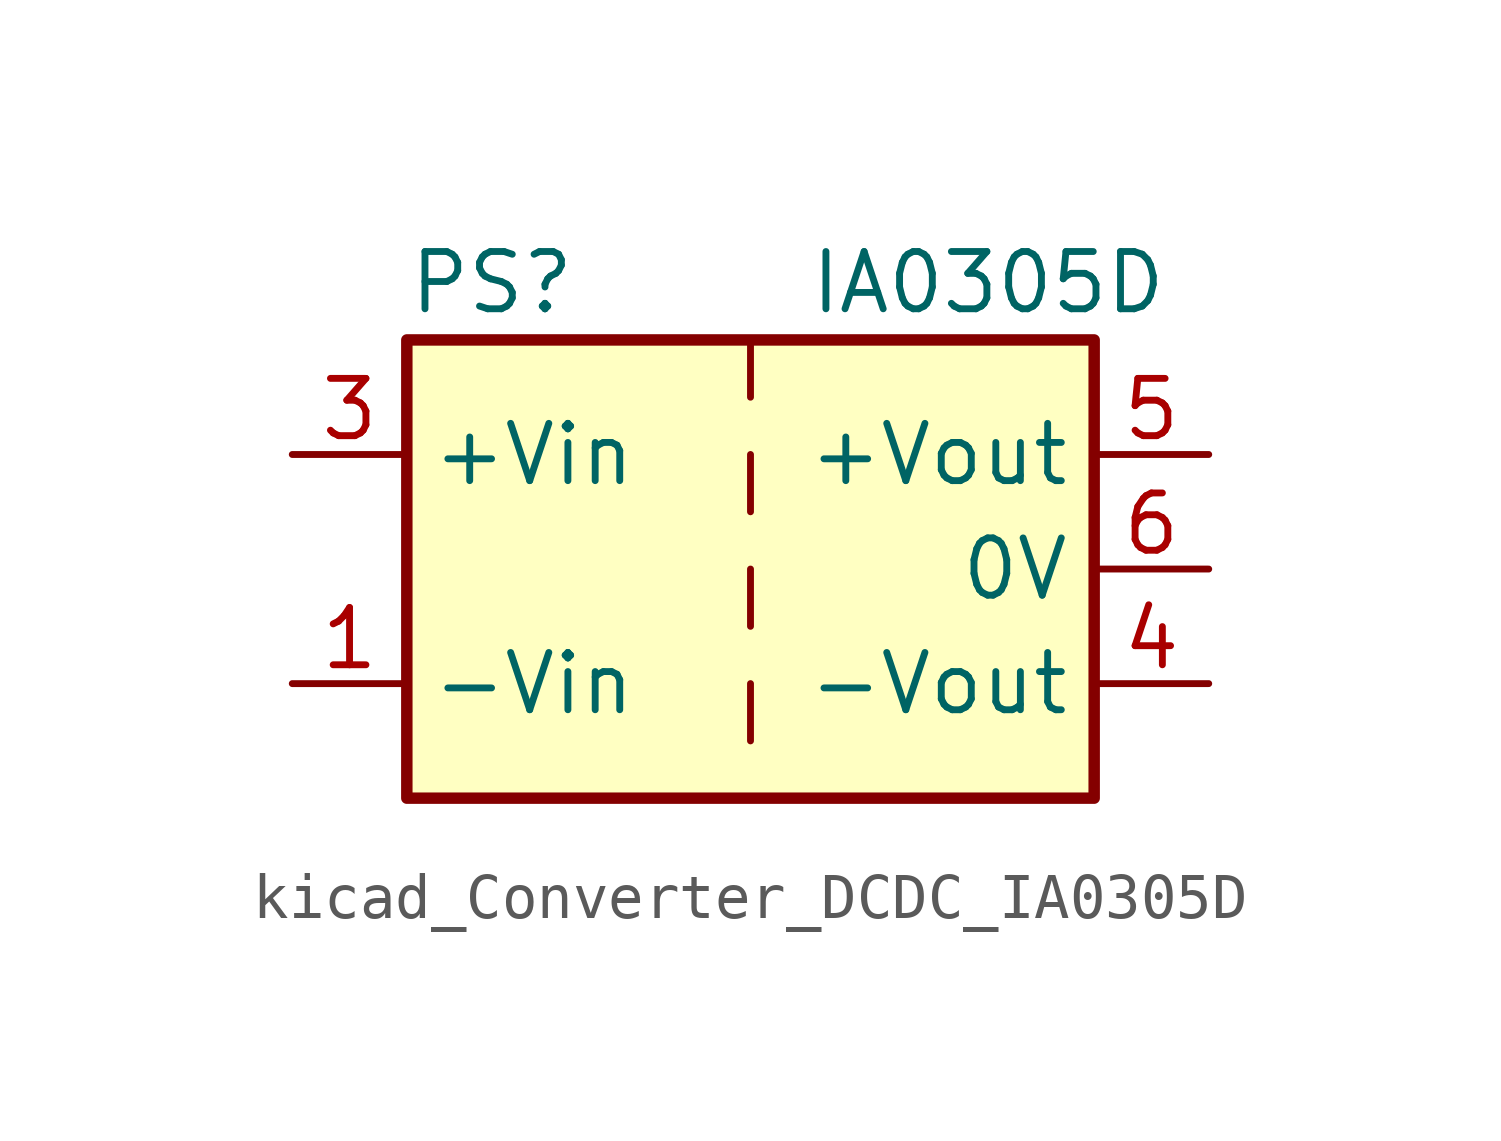
<source format=kicad_sym>
(kicad_symbol_lib
  (version 20220914)
  (generator kicad_symbol_editor)
  (symbol "kicad_Converter_DCDC_IA0305D"
    (property "Reference" "PS"
      (at -7.62 6.35 0)
      (effects (font (size 1.27 1.27)) (justify left)))
    (property "Value" "IA0305D"
      (at 1.27 6.35 0)
      (effects (font (size 1.27 1.27)) (justify left)))
    (symbol "kicad_Converter_DCDC_IA0305D_0_0"
      (pin power_in line (at -10.16 -2.54 0) (length 2.54) (name "-Vin" (effects (font (size 1.27 1.27)))) (number "1" (effects (font (size 1.27 1.27)))))
      (pin power_in line (at -10.16 2.54 0) (length 2.54) (name "+Vin" (effects (font (size 1.27 1.27)))) (number "3" (effects (font (size 1.27 1.27)))))
      (pin power_out line (at 10.16 -2.54 180) (length 2.54) (name "-Vout" (effects (font (size 1.27 1.27)))) (number "4" (effects (font (size 1.27 1.27)))))
      (pin power_out line (at 10.16 2.54 180) (length 2.54) (name "+Vout" (effects (font (size 1.27 1.27)))) (number "5" (effects (font (size 1.27 1.27)))))
      (pin power_out line (at 10.16 0 180) (length 2.54) (name "0V" (effects (font (size 1.27 1.27)))) (number "6" (effects (font (size 1.27 1.27))))))
    (symbol "kicad_Converter_DCDC_IA0305D_0_1"
      (rectangle (start -7.62 5.08) (end 7.62 -5.08) (stroke (width 0.254) (type default)) (fill (type background)))
      (polyline (pts (xy 0 -2.54) (xy 0 -3.81)) (stroke (width 0) (type default)) (fill (type none)))
      (polyline (pts (xy 0 0) (xy 0 -1.27)) (stroke (width 0) (type default)) (fill (type none)))
      (polyline (pts (xy 0 2.54) (xy 0 1.27)) (stroke (width 0) (type default)) (fill (type none)))
      (polyline (pts (xy 0 5.08) (xy 0 3.81)) (stroke (width 0) (type default)) (fill (type none))))
    (symbol "kicad_Converter_DCDC_IA0305D_1_1"
      (pin no_connect line (at 0 -5.08 90) (length 2.54) hide (name "NC" (effects (font (size 1.27 1.27)))) (number "2" (effects (font (size 1.27 1.27))))))))
</source>
